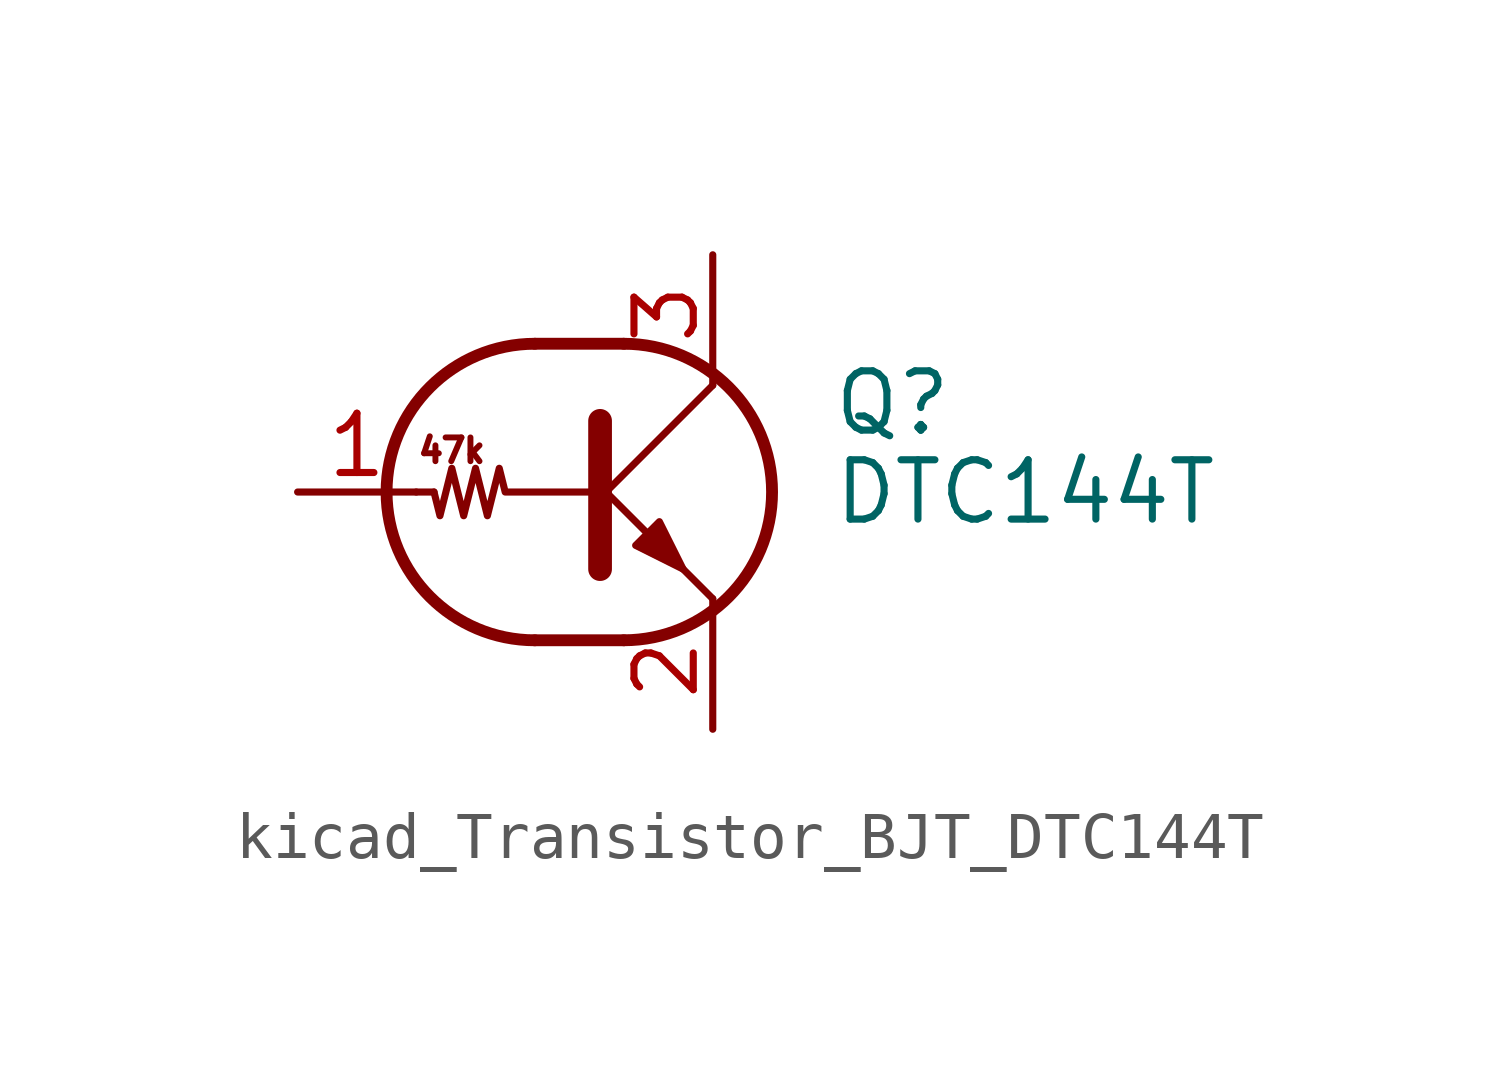
<source format=kicad_sym>
(kicad_symbol_lib
  (version 20220914)
  (generator kicad_symbol_editor)
  (symbol "kicad_Transistor_BJT_DTC144T"
    (pin_names
      (offset 0) hide)
    (property "Reference" "Q"
      (at 5.08 1.905 0)
      (effects (font (size 1.27 1.27)) (justify left)))
    (property "Value" "DTC144T"
      (at 5.08 0 0)
      (effects (font (size 1.27 1.27)) (justify left)))
    (symbol "kicad_Transistor_BJT_DTC144T_0_0"
      (polyline (pts (xy 2.54 -2.286) (xy 2.54 -2.54)) (stroke (width 0) (type default)) (fill (type none)))
      (text "47k" (at -3.048 0.889 0) (effects (font (size 0.508 0.508)))))
    (symbol "kicad_Transistor_BJT_DTC144T_0_1"
      (arc (start -1.27 3.175) (mid -4.4312 0) (end -1.27 -3.175) (stroke (width 0.254) (type default)) (fill (type none)))
      (polyline (pts (xy -3.429 0) (xy -3.81 0)) (stroke (width 0) (type default)) (fill (type none)))
      (polyline (pts (xy -1.27 -3.175) (xy 0.635 -3.175)) (stroke (width 0.254) (type default)) (fill (type none)))
      (polyline (pts (xy -1.27 3.175) (xy 0.635 3.175)) (stroke (width 0.254) (type default)) (fill (type none)))
      (polyline (pts (xy 0 -0.254) (xy 2.54 2.286)) (stroke (width 0) (type default)) (fill (type none)))
      (polyline (pts (xy 0.127 1.524) (xy 0.127 -1.651)) (stroke (width 0.508) (type default)) (fill (type outline)))
      (polyline (pts (xy 2.54 2.286) (xy 2.54 2.54)) (stroke (width 0) (type default)) (fill (type none)))
      (polyline (pts (xy 2.54 -2.286) (xy 0 0.254) (xy 0 0.254)) (stroke (width 0) (type default)) (fill (type none)))
      (polyline (pts (xy 0.889 -1.143) (xy 1.397 -0.635) (xy 1.905 -1.651) (xy 0.889 -1.143)) (stroke (width 0) (type default)) (fill (type outline)))
      (polyline (pts (xy 0 0) (xy -1.905 0) (xy -2.032 0.508) (xy -2.286 -0.508) (xy -2.54 0.508) (xy -2.794 -0.508) (xy -3.048 0.508) (xy -3.302 -0.508) (xy -3.429 0)) (stroke (width 0) (type default)) (fill (type none)))
      (arc (start 0.635 -3.175) (mid 3.7962 0) (end 0.635 3.175) (stroke (width 0.254) (type default)) (fill (type none))))
    (symbol "kicad_Transistor_BJT_DTC144T_1_1"
      (pin input line (at -6.35 0 0) (length 2.54) (name "B" (effects (font (size 1.27 1.27)))) (number "1" (effects (font (size 1.27 1.27)))))
      (pin passive line (at 2.54 -5.08 90) (length 2.54) (name "E" (effects (font (size 1.27 1.27)))) (number "2" (effects (font (size 1.27 1.27)))))
      (pin passive line (at 2.54 5.08 270) (length 2.54) (name "C" (effects (font (size 1.27 1.27)))) (number "3" (effects (font (size 1.27 1.27))))))))
</source>
